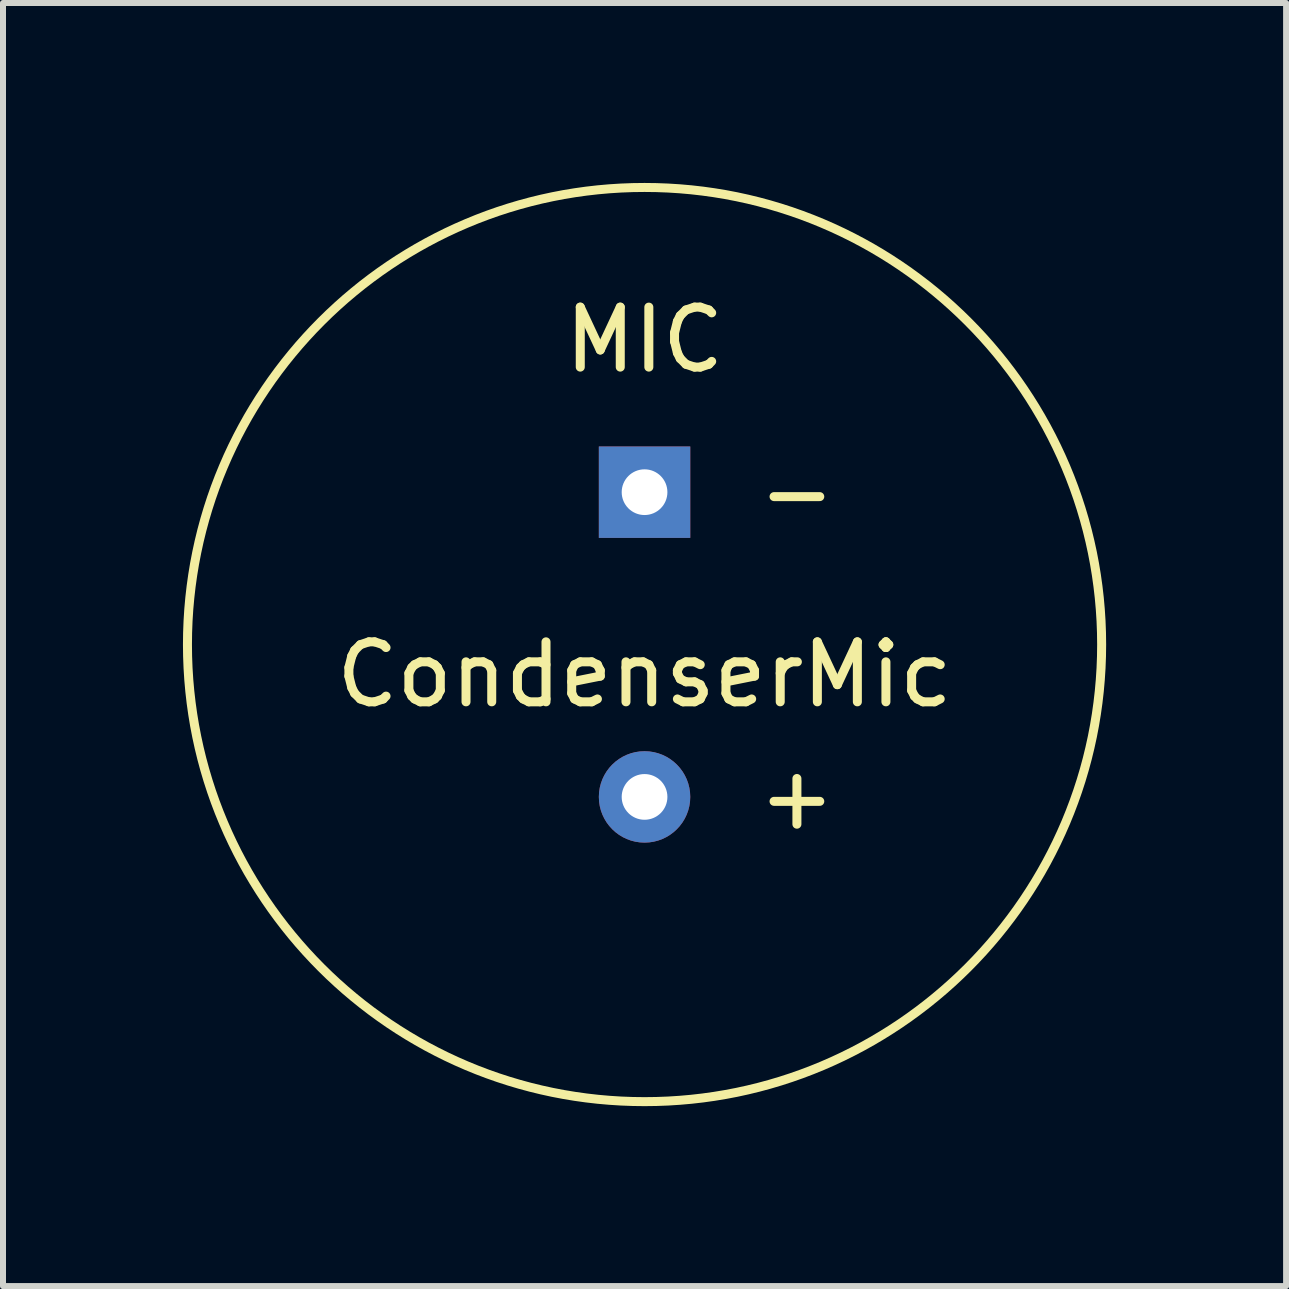
<source format=kicad_pcb>
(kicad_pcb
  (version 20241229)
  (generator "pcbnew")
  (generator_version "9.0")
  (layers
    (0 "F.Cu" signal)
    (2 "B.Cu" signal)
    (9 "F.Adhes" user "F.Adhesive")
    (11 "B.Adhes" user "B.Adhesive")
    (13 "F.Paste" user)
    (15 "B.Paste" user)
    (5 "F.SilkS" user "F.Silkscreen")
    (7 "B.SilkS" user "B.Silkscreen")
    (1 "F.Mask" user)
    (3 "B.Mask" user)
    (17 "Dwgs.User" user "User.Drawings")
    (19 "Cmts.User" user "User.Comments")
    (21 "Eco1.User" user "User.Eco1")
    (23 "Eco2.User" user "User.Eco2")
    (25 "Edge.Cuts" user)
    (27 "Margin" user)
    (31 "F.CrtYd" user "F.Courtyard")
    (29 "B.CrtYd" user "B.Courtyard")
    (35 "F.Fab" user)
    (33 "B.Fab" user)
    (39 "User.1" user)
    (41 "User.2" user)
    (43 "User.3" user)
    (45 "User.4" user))
  (footprint "CondenserMic"
    (layer "F.Cu")
    (at 7.695 7.695)
    (property "Reference" "CondenserMic" (at 0 0.5 0) (layer "F.SilkS") (effects (font (size 1 1) (thickness 0.15))))
    (attr through_hole)
    (fp_circle (center 0 0) (end 7.62 0) (stroke (width 0.15) (type solid)) (fill no) (layer "F.SilkS"))
    (fp_text user "MIC" (at 0 -5.08 0) (layer "F.SilkS") (effects (font (size 1 1) (thickness 0.15))))
    (fp_text user "+" (at 2.54 2.54 0) (layer "F.SilkS") (effects (font (size 1 1) (thickness 0.15))))
    (fp_text user "-" (at 2.54 -2.54 0) (layer "F.SilkS") (effects (font (size 1 1) (thickness 0.15))))
    (pad "1" thru_hole rect (at 0 -2.54) (size 1.524 1.524) (drill 0.762) (layers "*.Cu" "*.Mask"))
    (pad "2" thru_hole circle (at 0 2.54) (size 1.524 1.524) (drill 0.762) (layers "*.Cu" "*.Mask")))
  (gr_rect
    (start -3 -3)
    (end 18.39 18.39)
    (stroke (width 0.1) (type default))
    (fill no)
    (layer "Edge.Cuts")))
</source>
